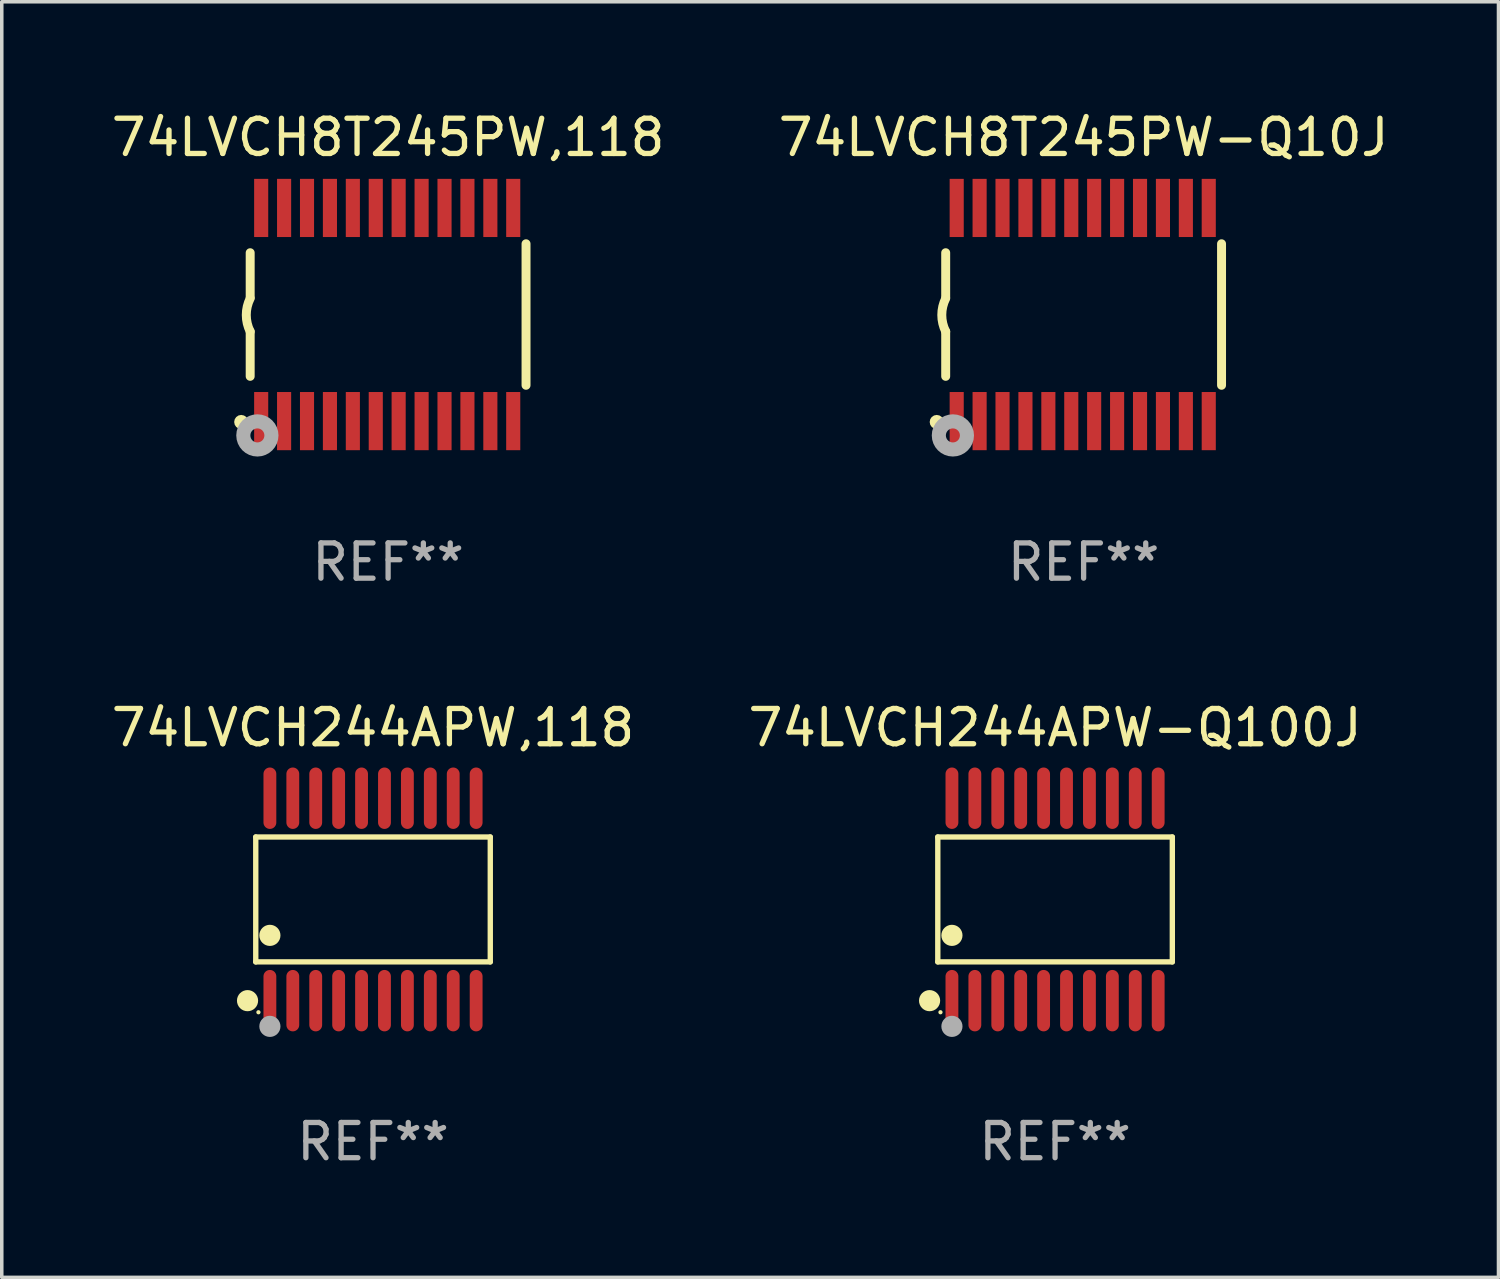
<source format=kicad_pcb>
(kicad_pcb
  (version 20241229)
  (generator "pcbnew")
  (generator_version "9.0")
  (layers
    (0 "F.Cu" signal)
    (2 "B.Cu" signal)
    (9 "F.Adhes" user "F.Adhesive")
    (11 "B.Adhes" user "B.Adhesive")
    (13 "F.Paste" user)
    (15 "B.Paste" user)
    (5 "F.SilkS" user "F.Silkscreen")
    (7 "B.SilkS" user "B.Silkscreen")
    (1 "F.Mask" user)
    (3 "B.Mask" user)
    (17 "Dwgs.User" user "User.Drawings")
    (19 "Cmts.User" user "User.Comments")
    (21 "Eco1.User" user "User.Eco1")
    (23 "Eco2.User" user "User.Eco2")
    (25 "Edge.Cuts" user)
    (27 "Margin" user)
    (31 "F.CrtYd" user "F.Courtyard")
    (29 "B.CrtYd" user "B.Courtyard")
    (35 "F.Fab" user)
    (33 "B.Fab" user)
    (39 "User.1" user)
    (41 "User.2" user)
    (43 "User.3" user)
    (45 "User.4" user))
  (footprint "74LVCH8T245PW,118"
    (layer "F.Cu")
    (at 7.958 5.871)
    (property "Reference" "74LVCH8T245PW,118" (at 0 -5.023 0) (layer "F.SilkS") (effects (font (size 1 1) (thickness 0.15))))
    (attr through_hole)
    (fp_line (start -3.912 -0.483) (end -3.912 -1.753) (stroke (width 0.254) (type solid)) (layer "F.SilkS"))
    (fp_line (start -3.912 1.753) (end -3.912 0.483) (stroke (width 0.254) (type solid)) (layer "F.SilkS"))
    (fp_line (start 3.912 -2.007) (end 3.912 2.007) (stroke (width 0.254) (type solid)) (layer "F.SilkS"))
    (fp_arc (start -3.911608 0.482601) (mid -4.022537 0.0127) (end -3.911608 -0.457201) (stroke (width 0.254001) (type solid)) (layer "F.SilkS"))
    (fp_circle (center -4.166 3.048) (end -4.066 3.048) (stroke (width 0.2) (type solid)) (fill no) (layer "F.SilkS"))
    (fp_circle (center -3.925 3.186) (end -3.895 3.186) (stroke (width 0.06) (type solid)) (fill no) (layer "F.SilkS"))
    (fp_circle (center -3.708 3.429) (end -3.509 3.429) (stroke (width 0.4) (type solid)) (fill no) (layer "F.Fab"))
    (fp_text user "REF**" (at 0 7.023 0) (layer "F.Fab") (effects (font (size 1 1) (thickness 0.15))))
    (pad "1" smd rect (at -3.6 3.023) (size 0.4 1.65) (layers "F.Cu" "F.Mask" "F.Paste"))
    (pad "2" smd rect (at -2.95 3.023) (size 0.4 1.65) (layers "F.Cu" "F.Mask" "F.Paste"))
    (pad "3" smd rect (at -2.3 3.023) (size 0.4 1.65) (layers "F.Cu" "F.Mask" "F.Paste"))
    (pad "4" smd rect (at -1.65 3.023) (size 0.4 1.65) (layers "F.Cu" "F.Mask" "F.Paste"))
    (pad "5" smd rect (at -1 3.023) (size 0.4 1.65) (layers "F.Cu" "F.Mask" "F.Paste"))
    (pad "6" smd rect (at -0.35 3.023) (size 0.4 1.65) (layers "F.Cu" "F.Mask" "F.Paste"))
    (pad "7" smd rect (at 0.299 3.023) (size 0.4 1.65) (layers "F.Cu" "F.Mask" "F.Paste"))
    (pad "8" smd rect (at 0.95 3.023) (size 0.4 1.65) (layers "F.Cu" "F.Mask" "F.Paste"))
    (pad "9" smd rect (at 1.6 3.023) (size 0.4 1.65) (layers "F.Cu" "F.Mask" "F.Paste"))
    (pad "10" smd rect (at 2.25 3.023) (size 0.4 1.65) (layers "F.Cu" "F.Mask" "F.Paste"))
    (pad "11" smd rect (at 2.9 3.023) (size 0.4 1.65) (layers "F.Cu" "F.Mask" "F.Paste"))
    (pad "12" smd rect (at 3.549 3.023) (size 0.4 1.65) (layers "F.Cu" "F.Mask" "F.Paste"))
    (pad "13" smd rect (at 3.549 -3.023) (size 0.4 1.65) (layers "F.Cu" "F.Mask" "F.Paste"))
    (pad "14" smd rect (at 2.9 -3.023) (size 0.4 1.65) (layers "F.Cu" "F.Mask" "F.Paste"))
    (pad "15" smd rect (at 2.25 -3.023) (size 0.4 1.65) (layers "F.Cu" "F.Mask" "F.Paste"))
    (pad "16" smd rect (at 1.6 -3.023) (size 0.4 1.65) (layers "F.Cu" "F.Mask" "F.Paste"))
    (pad "17" smd rect (at 0.95 -3.023) (size 0.4 1.65) (layers "F.Cu" "F.Mask" "F.Paste"))
    (pad "18" smd rect (at 0.299 -3.023) (size 0.4 1.65) (layers "F.Cu" "F.Mask" "F.Paste"))
    (pad "19" smd rect (at -0.35 -3.023) (size 0.4 1.65) (layers "F.Cu" "F.Mask" "F.Paste"))
    (pad "20" smd rect (at -1 -3.023) (size 0.4 1.65) (layers "F.Cu" "F.Mask" "F.Paste"))
    (pad "21" smd rect (at -1.65 -3.023) (size 0.4 1.65) (layers "F.Cu" "F.Mask" "F.Paste"))
    (pad "22" smd rect (at -2.3 -3.023) (size 0.4 1.65) (layers "F.Cu" "F.Mask" "F.Paste"))
    (pad "23" smd rect (at -2.95 -3.023) (size 0.4 1.65) (layers "F.Cu" "F.Mask" "F.Paste"))
    (pad "24" smd rect (at -3.6 -3.023) (size 0.4 1.65) (layers "F.Cu" "F.Mask" "F.Paste")))
  (footprint "74LVCH8T245PW-Q10J"
    (layer "F.Cu")
    (at 27.685 5.871)
    (property "Reference" "74LVCH8T245PW-Q10J" (at 0 -5.023 0) (layer "F.SilkS") (effects (font (size 1 1) (thickness 0.15))))
    (attr through_hole)
    (fp_line (start -3.912 -0.483) (end -3.912 -1.753) (stroke (width 0.254) (type solid)) (layer "F.SilkS"))
    (fp_line (start -3.912 1.753) (end -3.912 0.483) (stroke (width 0.254) (type solid)) (layer "F.SilkS"))
    (fp_line (start 3.912 -2.007) (end 3.912 2.007) (stroke (width 0.254) (type solid)) (layer "F.SilkS"))
    (fp_arc (start -3.911608 0.482601) (mid -4.022537 0.0127) (end -3.911608 -0.457201) (stroke (width 0.254001) (type solid)) (layer "F.SilkS"))
    (fp_circle (center -4.166 3.048) (end -4.066 3.048) (stroke (width 0.2) (type solid)) (fill no) (layer "F.SilkS"))
    (fp_circle (center -3.925 3.186) (end -3.895 3.186) (stroke (width 0.06) (type solid)) (fill no) (layer "F.SilkS"))
    (fp_circle (center -3.708 3.429) (end -3.509 3.429) (stroke (width 0.4) (type solid)) (fill no) (layer "F.Fab"))
    (fp_text user "REF**" (at 0 7.023 0) (layer "F.Fab") (effects (font (size 1 1) (thickness 0.15))))
    (pad "1" smd rect (at -3.6 3.023) (size 0.4 1.65) (layers "F.Cu" "F.Mask" "F.Paste"))
    (pad "2" smd rect (at -2.95 3.023) (size 0.4 1.65) (layers "F.Cu" "F.Mask" "F.Paste"))
    (pad "3" smd rect (at -2.3 3.023) (size 0.4 1.65) (layers "F.Cu" "F.Mask" "F.Paste"))
    (pad "4" smd rect (at -1.65 3.023) (size 0.4 1.65) (layers "F.Cu" "F.Mask" "F.Paste"))
    (pad "5" smd rect (at -1 3.023) (size 0.4 1.65) (layers "F.Cu" "F.Mask" "F.Paste"))
    (pad "6" smd rect (at -0.35 3.023) (size 0.4 1.65) (layers "F.Cu" "F.Mask" "F.Paste"))
    (pad "7" smd rect (at 0.299 3.023) (size 0.4 1.65) (layers "F.Cu" "F.Mask" "F.Paste"))
    (pad "8" smd rect (at 0.95 3.023) (size 0.4 1.65) (layers "F.Cu" "F.Mask" "F.Paste"))
    (pad "9" smd rect (at 1.6 3.023) (size 0.4 1.65) (layers "F.Cu" "F.Mask" "F.Paste"))
    (pad "10" smd rect (at 2.25 3.023) (size 0.4 1.65) (layers "F.Cu" "F.Mask" "F.Paste"))
    (pad "11" smd rect (at 2.9 3.023) (size 0.4 1.65) (layers "F.Cu" "F.Mask" "F.Paste"))
    (pad "12" smd rect (at 3.549 3.023) (size 0.4 1.65) (layers "F.Cu" "F.Mask" "F.Paste"))
    (pad "13" smd rect (at 3.549 -3.023) (size 0.4 1.65) (layers "F.Cu" "F.Mask" "F.Paste"))
    (pad "14" smd rect (at 2.9 -3.023) (size 0.4 1.65) (layers "F.Cu" "F.Mask" "F.Paste"))
    (pad "15" smd rect (at 2.25 -3.023) (size 0.4 1.65) (layers "F.Cu" "F.Mask" "F.Paste"))
    (pad "16" smd rect (at 1.6 -3.023) (size 0.4 1.65) (layers "F.Cu" "F.Mask" "F.Paste"))
    (pad "17" smd rect (at 0.95 -3.023) (size 0.4 1.65) (layers "F.Cu" "F.Mask" "F.Paste"))
    (pad "18" smd rect (at 0.299 -3.023) (size 0.4 1.65) (layers "F.Cu" "F.Mask" "F.Paste"))
    (pad "19" smd rect (at -0.35 -3.023) (size 0.4 1.65) (layers "F.Cu" "F.Mask" "F.Paste"))
    (pad "20" smd rect (at -1 -3.023) (size 0.4 1.65) (layers "F.Cu" "F.Mask" "F.Paste"))
    (pad "21" smd rect (at -1.65 -3.023) (size 0.4 1.65) (layers "F.Cu" "F.Mask" "F.Paste"))
    (pad "22" smd rect (at -2.3 -3.023) (size 0.4 1.65) (layers "F.Cu" "F.Mask" "F.Paste"))
    (pad "23" smd rect (at -2.95 -3.023) (size 0.4 1.65) (layers "F.Cu" "F.Mask" "F.Paste"))
    (pad "24" smd rect (at -3.6 -3.023) (size 0.4 1.65) (layers "F.Cu" "F.Mask" "F.Paste")))
  (footprint "74LVCH244APW-Q100J"
    (layer "F.Cu")
    (at 26.875 22.461)
    (property "Reference" "74LVCH244APW-Q100J" (at 0 -4.871 0) (layer "F.SilkS") (effects (font (size 1 1) (thickness 0.15))))
    (attr through_hole)
    (fp_line (start -3.326 -1.771) (end 3.326 -1.771) (stroke (width 0.152) (type solid)) (layer "F.SilkS"))
    (fp_line (start -3.326 1.771) (end -3.326 -1.771) (stroke (width 0.152) (type solid)) (layer "F.SilkS"))
    (fp_line (start 3.326 -1.771) (end 3.326 1.771) (stroke (width 0.152) (type solid)) (layer "F.SilkS"))
    (fp_line (start 3.326 1.771) (end -3.326 1.771) (stroke (width 0.152) (type solid)) (layer "F.SilkS"))
    (fp_circle (center -3.559 2.871) (end -3.409 2.871) (stroke (width 0.3) (type solid)) (fill no) (layer "F.SilkS"))
    (fp_circle (center -3.25 3.2) (end -3.22 3.2) (stroke (width 0.06) (type solid)) (fill no) (layer "F.SilkS"))
    (fp_circle (center -2.925 1.019) (end -2.775 1.019) (stroke (width 0.3) (type solid)) (fill no) (layer "F.SilkS"))
    (fp_circle (center -2.925 3.6) (end -2.775 3.6) (stroke (width 0.3) (type solid)) (fill no) (layer "F.Fab"))
    (fp_text user "REF**" (at 0 6.871 0) (layer "F.Fab") (effects (font (size 1 1) (thickness 0.15))))
    (pad "1" smd oval (at -2.925 2.871) (size 0.364 1.742) (layers "F.Cu" "F.Mask" "F.Paste"))
    (pad "2" smd oval (at -2.275 2.871) (size 0.364 1.742) (layers "F.Cu" "F.Mask" "F.Paste"))
    (pad "3" smd oval (at -1.625 2.871) (size 0.364 1.742) (layers "F.Cu" "F.Mask" "F.Paste"))
    (pad "4" smd oval (at -0.975 2.871) (size 0.364 1.742) (layers "F.Cu" "F.Mask" "F.Paste"))
    (pad "5" smd oval (at -0.325 2.871) (size 0.364 1.742) (layers "F.Cu" "F.Mask" "F.Paste"))
    (pad "6" smd oval (at 0.325 2.871) (size 0.364 1.742) (layers "F.Cu" "F.Mask" "F.Paste"))
    (pad "7" smd oval (at 0.975 2.871) (size 0.364 1.742) (layers "F.Cu" "F.Mask" "F.Paste"))
    (pad "8" smd oval (at 1.625 2.871) (size 0.364 1.742) (layers "F.Cu" "F.Mask" "F.Paste"))
    (pad "9" smd oval (at 2.275 2.871) (size 0.364 1.742) (layers "F.Cu" "F.Mask" "F.Paste"))
    (pad "10" smd oval (at 2.925 2.871) (size 0.364 1.742) (layers "F.Cu" "F.Mask" "F.Paste"))
    (pad "11" smd oval (at 2.925 -2.871) (size 0.364 1.742) (layers "F.Cu" "F.Mask" "F.Paste"))
    (pad "12" smd oval (at 2.275 -2.871) (size 0.364 1.742) (layers "F.Cu" "F.Mask" "F.Paste"))
    (pad "13" smd oval (at 1.625 -2.871) (size 0.364 1.742) (layers "F.Cu" "F.Mask" "F.Paste"))
    (pad "14" smd oval (at 0.975 -2.871) (size 0.364 1.742) (layers "F.Cu" "F.Mask" "F.Paste"))
    (pad "15" smd oval (at 0.325 -2.871) (size 0.364 1.742) (layers "F.Cu" "F.Mask" "F.Paste"))
    (pad "16" smd oval (at -0.325 -2.871) (size 0.364 1.742) (layers "F.Cu" "F.Mask" "F.Paste"))
    (pad "17" smd oval (at -0.975 -2.871) (size 0.364 1.742) (layers "F.Cu" "F.Mask" "F.Paste"))
    (pad "18" smd oval (at -1.625 -2.871) (size 0.364 1.742) (layers "F.Cu" "F.Mask" "F.Paste"))
    (pad "19" smd oval (at -2.275 -2.871) (size 0.364 1.742) (layers "F.Cu" "F.Mask" "F.Paste"))
    (pad "20" smd oval (at -2.925 -2.871) (size 0.364 1.742) (layers "F.Cu" "F.Mask" "F.Paste")))
  (footprint "74LVCH244APW,118"
    (layer "F.Cu")
    (at 7.53 22.461)
    (property "Reference" "74LVCH244APW,118" (at 0 -4.871 0) (layer "F.SilkS") (effects (font (size 1 1) (thickness 0.15))))
    (attr through_hole)
    (fp_line (start -3.326 -1.771) (end 3.326 -1.771) (stroke (width 0.152) (type solid)) (layer "F.SilkS"))
    (fp_line (start -3.326 1.771) (end -3.326 -1.771) (stroke (width 0.152) (type solid)) (layer "F.SilkS"))
    (fp_line (start 3.326 -1.771) (end 3.326 1.771) (stroke (width 0.152) (type solid)) (layer "F.SilkS"))
    (fp_line (start 3.326 1.771) (end -3.326 1.771) (stroke (width 0.152) (type solid)) (layer "F.SilkS"))
    (fp_circle (center -3.559 2.871) (end -3.409 2.871) (stroke (width 0.3) (type solid)) (fill no) (layer "F.SilkS"))
    (fp_circle (center -3.25 3.2) (end -3.22 3.2) (stroke (width 0.06) (type solid)) (fill no) (layer "F.SilkS"))
    (fp_circle (center -2.925 1.019) (end -2.775 1.019) (stroke (width 0.3) (type solid)) (fill no) (layer "F.SilkS"))
    (fp_circle (center -2.925 3.6) (end -2.775 3.6) (stroke (width 0.3) (type solid)) (fill no) (layer "F.Fab"))
    (fp_text user "REF**" (at 0 6.871 0) (layer "F.Fab") (effects (font (size 1 1) (thickness 0.15))))
    (pad "1" smd oval (at -2.925 2.871) (size 0.364 1.742) (layers "F.Cu" "F.Mask" "F.Paste"))
    (pad "2" smd oval (at -2.275 2.871) (size 0.364 1.742) (layers "F.Cu" "F.Mask" "F.Paste"))
    (pad "3" smd oval (at -1.625 2.871) (size 0.364 1.742) (layers "F.Cu" "F.Mask" "F.Paste"))
    (pad "4" smd oval (at -0.975 2.871) (size 0.364 1.742) (layers "F.Cu" "F.Mask" "F.Paste"))
    (pad "5" smd oval (at -0.325 2.871) (size 0.364 1.742) (layers "F.Cu" "F.Mask" "F.Paste"))
    (pad "6" smd oval (at 0.325 2.871) (size 0.364 1.742) (layers "F.Cu" "F.Mask" "F.Paste"))
    (pad "7" smd oval (at 0.975 2.871) (size 0.364 1.742) (layers "F.Cu" "F.Mask" "F.Paste"))
    (pad "8" smd oval (at 1.625 2.871) (size 0.364 1.742) (layers "F.Cu" "F.Mask" "F.Paste"))
    (pad "9" smd oval (at 2.275 2.871) (size 0.364 1.742) (layers "F.Cu" "F.Mask" "F.Paste"))
    (pad "10" smd oval (at 2.925 2.871) (size 0.364 1.742) (layers "F.Cu" "F.Mask" "F.Paste"))
    (pad "11" smd oval (at 2.925 -2.871) (size 0.364 1.742) (layers "F.Cu" "F.Mask" "F.Paste"))
    (pad "12" smd oval (at 2.275 -2.871) (size 0.364 1.742) (layers "F.Cu" "F.Mask" "F.Paste"))
    (pad "13" smd oval (at 1.625 -2.871) (size 0.364 1.742) (layers "F.Cu" "F.Mask" "F.Paste"))
    (pad "14" smd oval (at 0.975 -2.871) (size 0.364 1.742) (layers "F.Cu" "F.Mask" "F.Paste"))
    (pad "15" smd oval (at 0.325 -2.871) (size 0.364 1.742) (layers "F.Cu" "F.Mask" "F.Paste"))
    (pad "16" smd oval (at -0.325 -2.871) (size 0.364 1.742) (layers "F.Cu" "F.Mask" "F.Paste"))
    (pad "17" smd oval (at -0.975 -2.871) (size 0.364 1.742) (layers "F.Cu" "F.Mask" "F.Paste"))
    (pad "18" smd oval (at -1.625 -2.871) (size 0.364 1.742) (layers "F.Cu" "F.Mask" "F.Paste"))
    (pad "19" smd oval (at -2.275 -2.871) (size 0.364 1.742) (layers "F.Cu" "F.Mask" "F.Paste"))
    (pad "20" smd oval (at -2.925 -2.871) (size 0.364 1.742) (layers "F.Cu" "F.Mask" "F.Paste")))
  (gr_rect
    (start -3 -3)
    (end 39.452 33.18)
    (stroke (width 0.1) (type default))
    (fill no)
    (layer "Edge.Cuts")))
</source>
